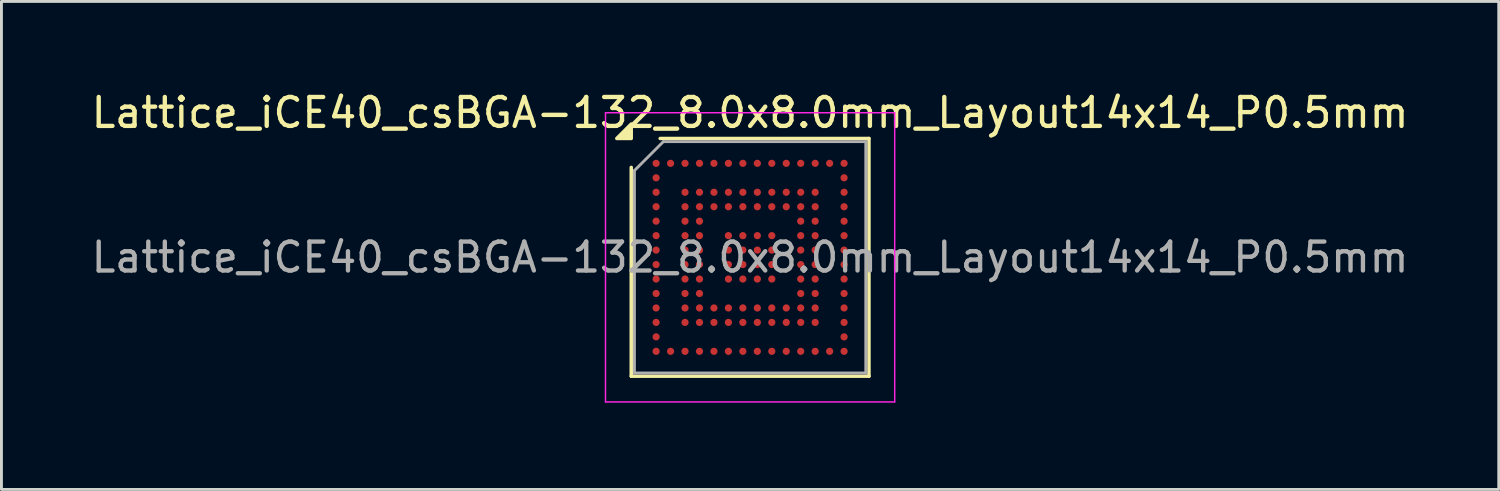
<source format=kicad_pcb>
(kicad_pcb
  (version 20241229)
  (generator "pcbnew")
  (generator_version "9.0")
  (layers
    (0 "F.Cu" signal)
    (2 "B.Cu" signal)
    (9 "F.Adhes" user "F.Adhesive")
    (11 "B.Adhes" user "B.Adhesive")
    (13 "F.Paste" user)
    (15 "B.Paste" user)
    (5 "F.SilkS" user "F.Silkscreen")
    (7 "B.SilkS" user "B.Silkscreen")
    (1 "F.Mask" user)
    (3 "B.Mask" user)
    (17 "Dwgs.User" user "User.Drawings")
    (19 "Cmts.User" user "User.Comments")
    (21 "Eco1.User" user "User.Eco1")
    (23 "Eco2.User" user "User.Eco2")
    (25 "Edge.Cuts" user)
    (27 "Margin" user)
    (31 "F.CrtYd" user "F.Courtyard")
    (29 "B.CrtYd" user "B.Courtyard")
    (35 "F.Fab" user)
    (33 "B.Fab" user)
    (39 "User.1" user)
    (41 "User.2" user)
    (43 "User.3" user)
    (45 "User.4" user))
  (footprint "Lattice_iCE40_csBGA-132_8.0x8.0mm_Layout14x14_P0.5mm"
    (layer "F.Cu")
    (at 22.887 5.848)
    (property "Reference" "Lattice_iCE40_csBGA-132_8.0x8.0mm_Layout14x14_P0.5mm" (at 0 -5 0) (layer "F.SilkS") (effects (font (size 1 1) (thickness 0.15))))
    (attr smd)
    (fp_line (start -4.11 4.11) (end -4.11 -3.11) (stroke (width 0.12) (type solid)) (layer "F.SilkS"))
    (fp_line (start -3.11 -4.11) (end 4.11 -4.11) (stroke (width 0.12) (type solid)) (layer "F.SilkS"))
    (fp_line (start 4.11 -4.11) (end 4.11 4.11) (stroke (width 0.12) (type solid)) (layer "F.SilkS"))
    (fp_line (start 4.11 4.11) (end -4.11 4.11) (stroke (width 0.12) (type solid)) (layer "F.SilkS"))
    (fp_poly (pts (xy -4.11 -4.11) (xy -4.61 -4.11) (xy -4.11 -4.61) (xy -4.11 -4.11)) (stroke (width 0.12) (type solid)) (fill yes) (layer "F.SilkS"))
    (fp_line (start -5 -5) (end -5 5) (stroke (width 0.05) (type solid)) (layer "F.CrtYd"))
    (fp_line (start -5 5) (end 5 5) (stroke (width 0.05) (type solid)) (layer "F.CrtYd"))
    (fp_line (start 5 -5) (end -5 -5) (stroke (width 0.05) (type solid)) (layer "F.CrtYd"))
    (fp_line (start 5 5) (end 5 -5) (stroke (width 0.05) (type solid)) (layer "F.CrtYd"))
    (fp_line (start -4 -3) (end -3 -4) (stroke (width 0.1) (type solid)) (layer "F.Fab"))
    (fp_line (start -4 4) (end -4 -3) (stroke (width 0.1) (type solid)) (layer "F.Fab"))
    (fp_line (start -3 -4) (end 4 -4) (stroke (width 0.1) (type solid)) (layer "F.Fab"))
    (fp_line (start 4 -4) (end 4 4) (stroke (width 0.1) (type solid)) (layer "F.Fab"))
    (fp_line (start 4 4) (end -4 4) (stroke (width 0.1) (type solid)) (layer "F.Fab"))
    (fp_text user "${REFERENCE}" (at 0 0 0) (layer "F.Fab") (effects (font (size 1 1) (thickness 0.15))))
    (pad "A1" smd circle (at -3.25 -3.25) (size 0.25 0.25) (property pad_prop_bga) (layers "F.Cu" "F.Mask" "F.Paste"))
    (pad "A2" smd circle (at -2.75 -3.25) (size 0.25 0.25) (property pad_prop_bga) (layers "F.Cu" "F.Mask" "F.Paste"))
    (pad "A3" smd circle (at -2.25 -3.25) (size 0.25 0.25) (property pad_prop_bga) (layers "F.Cu" "F.Mask" "F.Paste"))
    (pad "A4" smd circle (at -1.75 -3.25) (size 0.25 0.25) (property pad_prop_bga) (layers "F.Cu" "F.Mask" "F.Paste"))
    (pad "A5" smd circle (at -1.25 -3.25) (size 0.25 0.25) (property pad_prop_bga) (layers "F.Cu" "F.Mask" "F.Paste"))
    (pad "A6" smd circle (at -0.75 -3.25) (size 0.25 0.25) (property pad_prop_bga) (layers "F.Cu" "F.Mask" "F.Paste"))
    (pad "A7" smd circle (at -0.25 -3.25) (size 0.25 0.25) (property pad_prop_bga) (layers "F.Cu" "F.Mask" "F.Paste"))
    (pad "A8" smd circle (at 0.25 -3.25) (size 0.25 0.25) (property pad_prop_bga) (layers "F.Cu" "F.Mask" "F.Paste"))
    (pad "A9" smd circle (at 0.75 -3.25) (size 0.25 0.25) (property pad_prop_bga) (layers "F.Cu" "F.Mask" "F.Paste"))
    (pad "A10" smd circle (at 1.25 -3.25) (size 0.25 0.25) (property pad_prop_bga) (layers "F.Cu" "F.Mask" "F.Paste"))
    (pad "A11" smd circle (at 1.75 -3.25) (size 0.25 0.25) (property pad_prop_bga) (layers "F.Cu" "F.Mask" "F.Paste"))
    (pad "A12" smd circle (at 2.25 -3.25) (size 0.25 0.25) (property pad_prop_bga) (layers "F.Cu" "F.Mask" "F.Paste"))
    (pad "A13" smd circle (at 2.75 -3.25) (size 0.25 0.25) (property pad_prop_bga) (layers "F.Cu" "F.Mask" "F.Paste"))
    (pad "A14" smd circle (at 3.25 -3.25) (size 0.25 0.25) (property pad_prop_bga) (layers "F.Cu" "F.Mask" "F.Paste"))
    (pad "B1" smd circle (at -3.25 -2.75) (size 0.25 0.25) (property pad_prop_bga) (layers "F.Cu" "F.Mask" "F.Paste"))
    (pad "B14" smd circle (at 3.25 -2.75) (size 0.25 0.25) (property pad_prop_bga) (layers "F.Cu" "F.Mask" "F.Paste"))
    (pad "C1" smd circle (at -3.25 -2.25) (size 0.25 0.25) (property pad_prop_bga) (layers "F.Cu" "F.Mask" "F.Paste"))
    (pad "C3" smd circle (at -2.25 -2.25) (size 0.25 0.25) (property pad_prop_bga) (layers "F.Cu" "F.Mask" "F.Paste"))
    (pad "C4" smd circle (at -1.75 -2.25) (size 0.25 0.25) (property pad_prop_bga) (layers "F.Cu" "F.Mask" "F.Paste"))
    (pad "C5" smd circle (at -1.25 -2.25) (size 0.25 0.25) (property pad_prop_bga) (layers "F.Cu" "F.Mask" "F.Paste"))
    (pad "C6" smd circle (at -0.75 -2.25) (size 0.25 0.25) (property pad_prop_bga) (layers "F.Cu" "F.Mask" "F.Paste"))
    (pad "C7" smd circle (at -0.25 -2.25) (size 0.25 0.25) (property pad_prop_bga) (layers "F.Cu" "F.Mask" "F.Paste"))
    (pad "C8" smd circle (at 0.25 -2.25) (size 0.25 0.25) (property pad_prop_bga) (layers "F.Cu" "F.Mask" "F.Paste"))
    (pad "C9" smd circle (at 0.75 -2.25) (size 0.25 0.25) (property pad_prop_bga) (layers "F.Cu" "F.Mask" "F.Paste"))
    (pad "C10" smd circle (at 1.25 -2.25) (size 0.25 0.25) (property pad_prop_bga) (layers "F.Cu" "F.Mask" "F.Paste"))
    (pad "C11" smd circle (at 1.75 -2.25) (size 0.25 0.25) (property pad_prop_bga) (layers "F.Cu" "F.Mask" "F.Paste"))
    (pad "C12" smd circle (at 2.25 -2.25) (size 0.25 0.25) (property pad_prop_bga) (layers "F.Cu" "F.Mask" "F.Paste"))
    (pad "C14" smd circle (at 3.25 -2.25) (size 0.25 0.25) (property pad_prop_bga) (layers "F.Cu" "F.Mask" "F.Paste"))
    (pad "D1" smd circle (at -3.25 -1.75) (size 0.25 0.25) (property pad_prop_bga) (layers "F.Cu" "F.Mask" "F.Paste"))
    (pad "D3" smd circle (at -2.25 -1.75) (size 0.25 0.25) (property pad_prop_bga) (layers "F.Cu" "F.Mask" "F.Paste"))
    (pad "D4" smd circle (at -1.75 -1.75) (size 0.25 0.25) (property pad_prop_bga) (layers "F.Cu" "F.Mask" "F.Paste"))
    (pad "D5" smd circle (at -1.25 -1.75) (size 0.25 0.25) (property pad_prop_bga) (layers "F.Cu" "F.Mask" "F.Paste"))
    (pad "D6" smd circle (at -0.75 -1.75) (size 0.25 0.25) (property pad_prop_bga) (layers "F.Cu" "F.Mask" "F.Paste"))
    (pad "D7" smd circle (at -0.25 -1.75) (size 0.25 0.25) (property pad_prop_bga) (layers "F.Cu" "F.Mask" "F.Paste"))
    (pad "D8" smd circle (at 0.25 -1.75) (size 0.25 0.25) (property pad_prop_bga) (layers "F.Cu" "F.Mask" "F.Paste"))
    (pad "D9" smd circle (at 0.75 -1.75) (size 0.25 0.25) (property pad_prop_bga) (layers "F.Cu" "F.Mask" "F.Paste"))
    (pad "D10" smd circle (at 1.25 -1.75) (size 0.25 0.25) (property pad_prop_bga) (layers "F.Cu" "F.Mask" "F.Paste"))
    (pad "D11" smd circle (at 1.75 -1.75) (size 0.25 0.25) (property pad_prop_bga) (layers "F.Cu" "F.Mask" "F.Paste"))
    (pad "D12" smd circle (at 2.25 -1.75) (size 0.25 0.25) (property pad_prop_bga) (layers "F.Cu" "F.Mask" "F.Paste"))
    (pad "D14" smd circle (at 3.25 -1.75) (size 0.25 0.25) (property pad_prop_bga) (layers "F.Cu" "F.Mask" "F.Paste"))
    (pad "E1" smd circle (at -3.25 -1.25) (size 0.25 0.25) (property pad_prop_bga) (layers "F.Cu" "F.Mask" "F.Paste"))
    (pad "E3" smd circle (at -2.25 -1.25) (size 0.25 0.25) (property pad_prop_bga) (layers "F.Cu" "F.Mask" "F.Paste"))
    (pad "E4" smd circle (at -1.75 -1.25) (size 0.25 0.25) (property pad_prop_bga) (layers "F.Cu" "F.Mask" "F.Paste"))
    (pad "E11" smd circle (at 1.75 -1.25) (size 0.25 0.25) (property pad_prop_bga) (layers "F.Cu" "F.Mask" "F.Paste"))
    (pad "E12" smd circle (at 2.25 -1.25) (size 0.25 0.25) (property pad_prop_bga) (layers "F.Cu" "F.Mask" "F.Paste"))
    (pad "E14" smd circle (at 3.25 -1.25) (size 0.25 0.25) (property pad_prop_bga) (layers "F.Cu" "F.Mask" "F.Paste"))
    (pad "F1" smd circle (at -3.25 -0.75) (size 0.25 0.25) (property pad_prop_bga) (layers "F.Cu" "F.Mask" "F.Paste"))
    (pad "F3" smd circle (at -2.25 -0.75) (size 0.25 0.25) (property pad_prop_bga) (layers "F.Cu" "F.Mask" "F.Paste"))
    (pad "F4" smd circle (at -1.75 -0.75) (size 0.25 0.25) (property pad_prop_bga) (layers "F.Cu" "F.Mask" "F.Paste"))
    (pad "F6" smd circle (at -0.75 -0.75) (size 0.25 0.25) (property pad_prop_bga) (layers "F.Cu" "F.Mask" "F.Paste"))
    (pad "F7" smd circle (at -0.25 -0.75) (size 0.25 0.25) (property pad_prop_bga) (layers "F.Cu" "F.Mask" "F.Paste"))
    (pad "F8" smd circle (at 0.25 -0.75) (size 0.25 0.25) (property pad_prop_bga) (layers "F.Cu" "F.Mask" "F.Paste"))
    (pad "F9" smd circle (at 0.75 -0.75) (size 0.25 0.25) (property pad_prop_bga) (layers "F.Cu" "F.Mask" "F.Paste"))
    (pad "F11" smd circle (at 1.75 -0.75) (size 0.25 0.25) (property pad_prop_bga) (layers "F.Cu" "F.Mask" "F.Paste"))
    (pad "F12" smd circle (at 2.25 -0.75) (size 0.25 0.25) (property pad_prop_bga) (layers "F.Cu" "F.Mask" "F.Paste"))
    (pad "F14" smd circle (at 3.25 -0.75) (size 0.25 0.25) (property pad_prop_bga) (layers "F.Cu" "F.Mask" "F.Paste"))
    (pad "G1" smd circle (at -3.25 -0.25) (size 0.25 0.25) (property pad_prop_bga) (layers "F.Cu" "F.Mask" "F.Paste"))
    (pad "G3" smd circle (at -2.25 -0.25) (size 0.25 0.25) (property pad_prop_bga) (layers "F.Cu" "F.Mask" "F.Paste"))
    (pad "G4" smd circle (at -1.75 -0.25) (size 0.25 0.25) (property pad_prop_bga) (layers "F.Cu" "F.Mask" "F.Paste"))
    (pad "G6" smd circle (at -0.75 -0.25) (size 0.25 0.25) (property pad_prop_bga) (layers "F.Cu" "F.Mask" "F.Paste"))
    (pad "G7" smd circle (at -0.25 -0.25) (size 0.25 0.25) (property pad_prop_bga) (layers "F.Cu" "F.Mask" "F.Paste"))
    (pad "G8" smd circle (at 0.25 -0.25) (size 0.25 0.25) (property pad_prop_bga) (layers "F.Cu" "F.Mask" "F.Paste"))
    (pad "G9" smd circle (at 0.75 -0.25) (size 0.25 0.25) (property pad_prop_bga) (layers "F.Cu" "F.Mask" "F.Paste"))
    (pad "G11" smd circle (at 1.75 -0.25) (size 0.25 0.25) (property pad_prop_bga) (layers "F.Cu" "F.Mask" "F.Paste"))
    (pad "G12" smd circle (at 2.25 -0.25) (size 0.25 0.25) (property pad_prop_bga) (layers "F.Cu" "F.Mask" "F.Paste"))
    (pad "G14" smd circle (at 3.25 -0.25) (size 0.25 0.25) (property pad_prop_bga) (layers "F.Cu" "F.Mask" "F.Paste"))
    (pad "H1" smd circle (at -3.25 0.25) (size 0.25 0.25) (property pad_prop_bga) (layers "F.Cu" "F.Mask" "F.Paste"))
    (pad "H3" smd circle (at -2.25 0.25) (size 0.25 0.25) (property pad_prop_bga) (layers "F.Cu" "F.Mask" "F.Paste"))
    (pad "H4" smd circle (at -1.75 0.25) (size 0.25 0.25) (property pad_prop_bga) (layers "F.Cu" "F.Mask" "F.Paste"))
    (pad "H6" smd circle (at -0.75 0.25) (size 0.25 0.25) (property pad_prop_bga) (layers "F.Cu" "F.Mask" "F.Paste"))
    (pad "H7" smd circle (at -0.25 0.25) (size 0.25 0.25) (property pad_prop_bga) (layers "F.Cu" "F.Mask" "F.Paste"))
    (pad "H8" smd circle (at 0.25 0.25) (size 0.25 0.25) (property pad_prop_bga) (layers "F.Cu" "F.Mask" "F.Paste"))
    (pad "H9" smd circle (at 0.75 0.25) (size 0.25 0.25) (property pad_prop_bga) (layers "F.Cu" "F.Mask" "F.Paste"))
    (pad "H11" smd circle (at 1.75 0.25) (size 0.25 0.25) (property pad_prop_bga) (layers "F.Cu" "F.Mask" "F.Paste"))
    (pad "H12" smd circle (at 2.25 0.25) (size 0.25 0.25) (property pad_prop_bga) (layers "F.Cu" "F.Mask" "F.Paste"))
    (pad "H14" smd circle (at 3.25 0.25) (size 0.25 0.25) (property pad_prop_bga) (layers "F.Cu" "F.Mask" "F.Paste"))
    (pad "J1" smd circle (at -3.25 0.75) (size 0.25 0.25) (property pad_prop_bga) (layers "F.Cu" "F.Mask" "F.Paste"))
    (pad "J3" smd circle (at -2.25 0.75) (size 0.25 0.25) (property pad_prop_bga) (layers "F.Cu" "F.Mask" "F.Paste"))
    (pad "J4" smd circle (at -1.75 0.75) (size 0.25 0.25) (property pad_prop_bga) (layers "F.Cu" "F.Mask" "F.Paste"))
    (pad "J6" smd circle (at -0.75 0.75) (size 0.25 0.25) (property pad_prop_bga) (layers "F.Cu" "F.Mask" "F.Paste"))
    (pad "J7" smd circle (at -0.25 0.75) (size 0.25 0.25) (property pad_prop_bga) (layers "F.Cu" "F.Mask" "F.Paste"))
    (pad "J8" smd circle (at 0.25 0.75) (size 0.25 0.25) (property pad_prop_bga) (layers "F.Cu" "F.Mask" "F.Paste"))
    (pad "J9" smd circle (at 0.75 0.75) (size 0.25 0.25) (property pad_prop_bga) (layers "F.Cu" "F.Mask" "F.Paste"))
    (pad "J11" smd circle (at 1.75 0.75) (size 0.25 0.25) (property pad_prop_bga) (layers "F.Cu" "F.Mask" "F.Paste"))
    (pad "J12" smd circle (at 2.25 0.75) (size 0.25 0.25) (property pad_prop_bga) (layers "F.Cu" "F.Mask" "F.Paste"))
    (pad "J14" smd circle (at 3.25 0.75) (size 0.25 0.25) (property pad_prop_bga) (layers "F.Cu" "F.Mask" "F.Paste"))
    (pad "K1" smd circle (at -3.25 1.25) (size 0.25 0.25) (property pad_prop_bga) (layers "F.Cu" "F.Mask" "F.Paste"))
    (pad "K3" smd circle (at -2.25 1.25) (size 0.25 0.25) (property pad_prop_bga) (layers "F.Cu" "F.Mask" "F.Paste"))
    (pad "K4" smd circle (at -1.75 1.25) (size 0.25 0.25) (property pad_prop_bga) (layers "F.Cu" "F.Mask" "F.Paste"))
    (pad "K11" smd circle (at 1.75 1.25) (size 0.25 0.25) (property pad_prop_bga) (layers "F.Cu" "F.Mask" "F.Paste"))
    (pad "K12" smd circle (at 2.25 1.25) (size 0.25 0.25) (property pad_prop_bga) (layers "F.Cu" "F.Mask" "F.Paste"))
    (pad "K14" smd circle (at 3.25 1.25) (size 0.25 0.25) (property pad_prop_bga) (layers "F.Cu" "F.Mask" "F.Paste"))
    (pad "L1" smd circle (at -3.25 1.75) (size 0.25 0.25) (property pad_prop_bga) (layers "F.Cu" "F.Mask" "F.Paste"))
    (pad "L3" smd circle (at -2.25 1.75) (size 0.25 0.25) (property pad_prop_bga) (layers "F.Cu" "F.Mask" "F.Paste"))
    (pad "L4" smd circle (at -1.75 1.75) (size 0.25 0.25) (property pad_prop_bga) (layers "F.Cu" "F.Mask" "F.Paste"))
    (pad "L5" smd circle (at -1.25 1.75) (size 0.25 0.25) (property pad_prop_bga) (layers "F.Cu" "F.Mask" "F.Paste"))
    (pad "L6" smd circle (at -0.75 1.75) (size 0.25 0.25) (property pad_prop_bga) (layers "F.Cu" "F.Mask" "F.Paste"))
    (pad "L7" smd circle (at -0.25 1.75) (size 0.25 0.25) (property pad_prop_bga) (layers "F.Cu" "F.Mask" "F.Paste"))
    (pad "L8" smd circle (at 0.25 1.75) (size 0.25 0.25) (property pad_prop_bga) (layers "F.Cu" "F.Mask" "F.Paste"))
    (pad "L9" smd circle (at 0.75 1.75) (size 0.25 0.25) (property pad_prop_bga) (layers "F.Cu" "F.Mask" "F.Paste"))
    (pad "L10" smd circle (at 1.25 1.75) (size 0.25 0.25) (property pad_prop_bga) (layers "F.Cu" "F.Mask" "F.Paste"))
    (pad "L11" smd circle (at 1.75 1.75) (size 0.25 0.25) (property pad_prop_bga) (layers "F.Cu" "F.Mask" "F.Paste"))
    (pad "L12" smd circle (at 2.25 1.75) (size 0.25 0.25) (property pad_prop_bga) (layers "F.Cu" "F.Mask" "F.Paste"))
    (pad "L14" smd circle (at 3.25 1.75) (size 0.25 0.25) (property pad_prop_bga) (layers "F.Cu" "F.Mask" "F.Paste"))
    (pad "M1" smd circle (at -3.25 2.25) (size 0.25 0.25) (property pad_prop_bga) (layers "F.Cu" "F.Mask" "F.Paste"))
    (pad "M3" smd circle (at -2.25 2.25) (size 0.25 0.25) (property pad_prop_bga) (layers "F.Cu" "F.Mask" "F.Paste"))
    (pad "M4" smd circle (at -1.75 2.25) (size 0.25 0.25) (property pad_prop_bga) (layers "F.Cu" "F.Mask" "F.Paste"))
    (pad "M5" smd circle (at -1.25 2.25) (size 0.25 0.25) (property pad_prop_bga) (layers "F.Cu" "F.Mask" "F.Paste"))
    (pad "M6" smd circle (at -0.75 2.25) (size 0.25 0.25) (property pad_prop_bga) (layers "F.Cu" "F.Mask" "F.Paste"))
    (pad "M7" smd circle (at -0.25 2.25) (size 0.25 0.25) (property pad_prop_bga) (layers "F.Cu" "F.Mask" "F.Paste"))
    (pad "M8" smd circle (at 0.25 2.25) (size 0.25 0.25) (property pad_prop_bga) (layers "F.Cu" "F.Mask" "F.Paste"))
    (pad "M9" smd circle (at 0.75 2.25) (size 0.25 0.25) (property pad_prop_bga) (layers "F.Cu" "F.Mask" "F.Paste"))
    (pad "M10" smd circle (at 1.25 2.25) (size 0.25 0.25) (property pad_prop_bga) (layers "F.Cu" "F.Mask" "F.Paste"))
    (pad "M11" smd circle (at 1.75 2.25) (size 0.25 0.25) (property pad_prop_bga) (layers "F.Cu" "F.Mask" "F.Paste"))
    (pad "M12" smd circle (at 2.25 2.25) (size 0.25 0.25) (property pad_prop_bga) (layers "F.Cu" "F.Mask" "F.Paste"))
    (pad "M14" smd circle (at 3.25 2.25) (size 0.25 0.25) (property pad_prop_bga) (layers "F.Cu" "F.Mask" "F.Paste"))
    (pad "N1" smd circle (at -3.25 2.75) (size 0.25 0.25) (property pad_prop_bga) (layers "F.Cu" "F.Mask" "F.Paste"))
    (pad "N14" smd circle (at 3.25 2.75) (size 0.25 0.25) (property pad_prop_bga) (layers "F.Cu" "F.Mask" "F.Paste"))
    (pad "P1" smd circle (at -3.25 3.25) (size 0.25 0.25) (property pad_prop_bga) (layers "F.Cu" "F.Mask" "F.Paste"))
    (pad "P2" smd circle (at -2.75 3.25) (size 0.25 0.25) (property pad_prop_bga) (layers "F.Cu" "F.Mask" "F.Paste"))
    (pad "P3" smd circle (at -2.25 3.25) (size 0.25 0.25) (property pad_prop_bga) (layers "F.Cu" "F.Mask" "F.Paste"))
    (pad "P4" smd circle (at -1.75 3.25) (size 0.25 0.25) (property pad_prop_bga) (layers "F.Cu" "F.Mask" "F.Paste"))
    (pad "P5" smd circle (at -1.25 3.25) (size 0.25 0.25) (property pad_prop_bga) (layers "F.Cu" "F.Mask" "F.Paste"))
    (pad "P6" smd circle (at -0.75 3.25) (size 0.25 0.25) (property pad_prop_bga) (layers "F.Cu" "F.Mask" "F.Paste"))
    (pad "P7" smd circle (at -0.25 3.25) (size 0.25 0.25) (property pad_prop_bga) (layers "F.Cu" "F.Mask" "F.Paste"))
    (pad "P8" smd circle (at 0.25 3.25) (size 0.25 0.25) (property pad_prop_bga) (layers "F.Cu" "F.Mask" "F.Paste"))
    (pad "P9" smd circle (at 0.75 3.25) (size 0.25 0.25) (property pad_prop_bga) (layers "F.Cu" "F.Mask" "F.Paste"))
    (pad "P10" smd circle (at 1.25 3.25) (size 0.25 0.25) (property pad_prop_bga) (layers "F.Cu" "F.Mask" "F.Paste"))
    (pad "P11" smd circle (at 1.75 3.25) (size 0.25 0.25) (property pad_prop_bga) (layers "F.Cu" "F.Mask" "F.Paste"))
    (pad "P12" smd circle (at 2.25 3.25) (size 0.25 0.25) (property pad_prop_bga) (layers "F.Cu" "F.Mask" "F.Paste"))
    (pad "P13" smd circle (at 2.75 3.25) (size 0.25 0.25) (property pad_prop_bga) (layers "F.Cu" "F.Mask" "F.Paste"))
    (pad "P14" smd circle (at 3.25 3.25) (size 0.25 0.25) (property pad_prop_bga) (layers "F.Cu" "F.Mask" "F.Paste")))
  (gr_rect
    (start -3 -3)
    (end 48.774 13.873)
    (stroke (width 0.1) (type default))
    (fill no)
    (layer "Edge.Cuts")))
</source>
